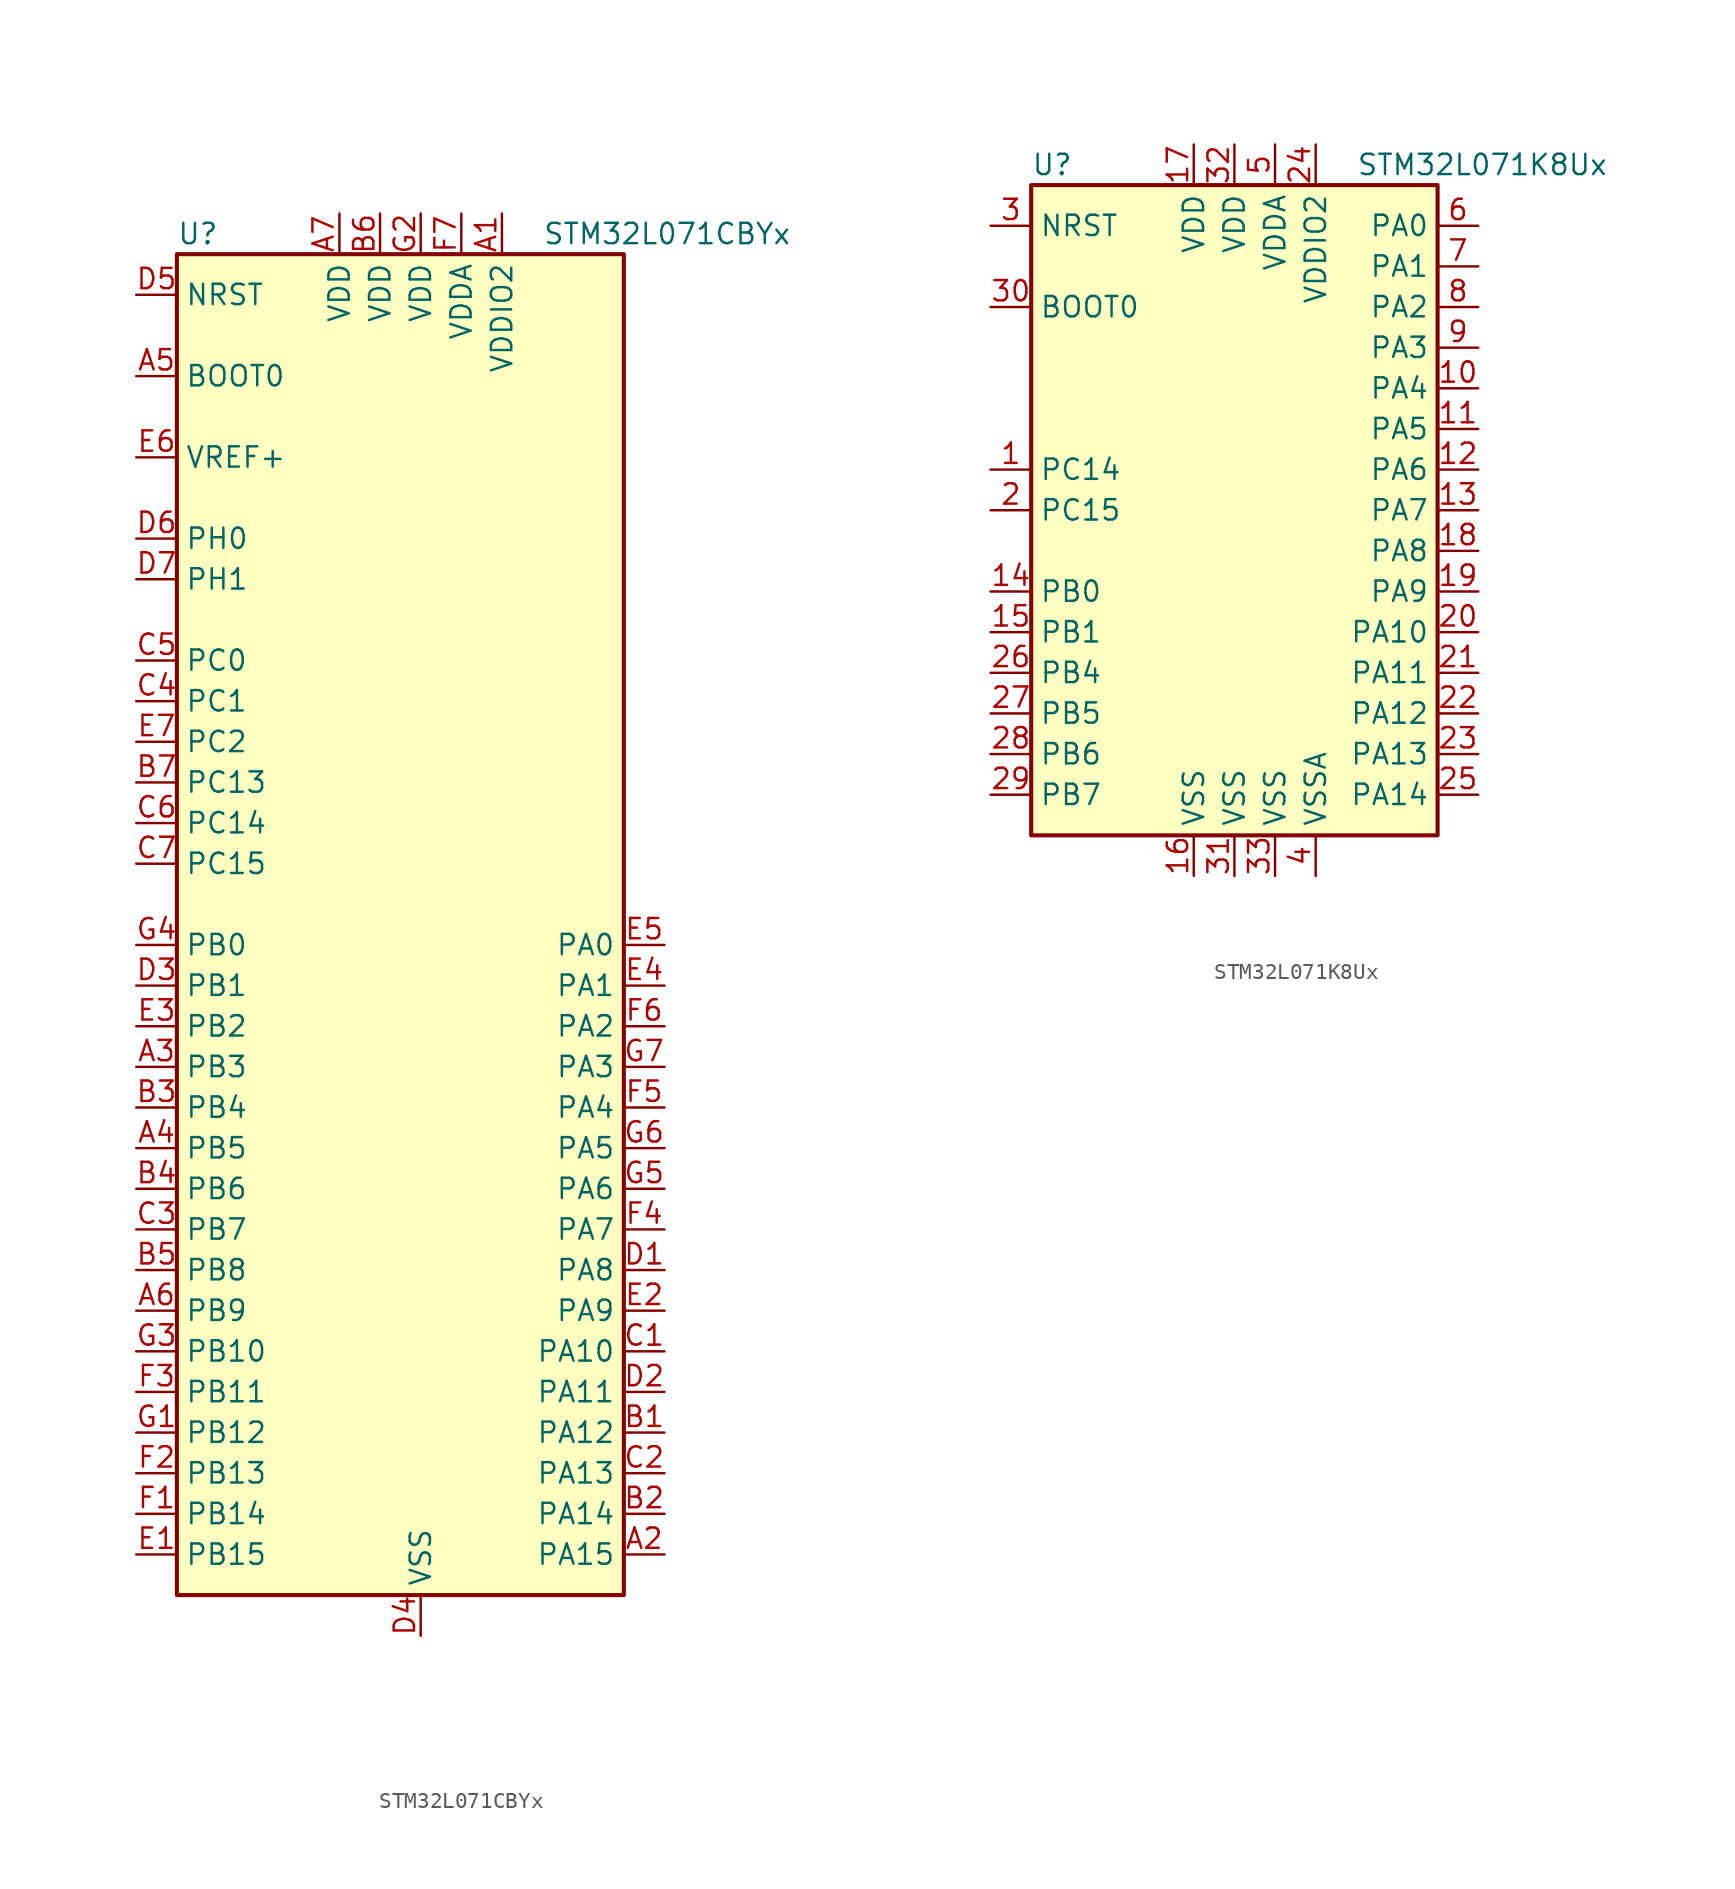
<source format=kicad_sym>
(kicad_symbol_lib
  (version 20201005)
  (generator kicad_symbol_editor)
  (symbol "STM32L071CBYx"
    (property "Reference" "U"
      (at -15.24 41.91 0)
      (effects (font (size 1.27 1.27)) (justify left)))
    (property "Value" "STM32L071CBYx"
      (at 7.62 41.91 0)
      (effects (font (size 1.27 1.27)) (justify left)))
    (symbol "STM32L071CBYx_0_1"
      (rectangle (start -15.24 -43.18) (end 12.7 40.64) (stroke (width 0.254)) (fill (type background))))
    (symbol "STM32L071CBYx_1_1"
      (pin input line (at -17.78 33.02 0) (length 2.54) (name "BOOT0" (effects (font (size 1.27 1.27)))) (number "A5" (effects (font (size 1.27 1.27)))))
      (pin input line (at -17.78 38.1 0) (length 2.54) (name "NRST" (effects (font (size 1.27 1.27)))) (number "D5" (effects (font (size 1.27 1.27)))))
      (pin bidirectional line (at 15.24 -2.54 180) (length 2.54) (name "PA0" (effects (font (size 1.27 1.27)))) (number "E5" (effects (font (size 1.27 1.27)))))
      (pin bidirectional line (at 15.24 -5.08 180) (length 2.54) (name "PA1" (effects (font (size 1.27 1.27)))) (number "E4" (effects (font (size 1.27 1.27)))))
      (pin bidirectional line (at 15.24 -27.94 180) (length 2.54) (name "PA10" (effects (font (size 1.27 1.27)))) (number "C1" (effects (font (size 1.27 1.27)))))
      (pin bidirectional line (at 15.24 -30.48 180) (length 2.54) (name "PA11" (effects (font (size 1.27 1.27)))) (number "D2" (effects (font (size 1.27 1.27)))))
      (pin bidirectional line (at 15.24 -33.02 180) (length 2.54) (name "PA12" (effects (font (size 1.27 1.27)))) (number "B1" (effects (font (size 1.27 1.27)))))
      (pin bidirectional line (at 15.24 -35.56 180) (length 2.54) (name "PA13" (effects (font (size 1.27 1.27)))) (number "C2" (effects (font (size 1.27 1.27)))))
      (pin bidirectional line (at 15.24 -38.1 180) (length 2.54) (name "PA14" (effects (font (size 1.27 1.27)))) (number "B2" (effects (font (size 1.27 1.27)))))
      (pin bidirectional line (at 15.24 -40.64 180) (length 2.54) (name "PA15" (effects (font (size 1.27 1.27)))) (number "A2" (effects (font (size 1.27 1.27)))))
      (pin bidirectional line (at 15.24 -7.62 180) (length 2.54) (name "PA2" (effects (font (size 1.27 1.27)))) (number "F6" (effects (font (size 1.27 1.27)))))
      (pin bidirectional line (at 15.24 -10.16 180) (length 2.54) (name "PA3" (effects (font (size 1.27 1.27)))) (number "G7" (effects (font (size 1.27 1.27)))))
      (pin bidirectional line (at 15.24 -12.7 180) (length 2.54) (name "PA4" (effects (font (size 1.27 1.27)))) (number "F5" (effects (font (size 1.27 1.27)))))
      (pin bidirectional line (at 15.24 -15.24 180) (length 2.54) (name "PA5" (effects (font (size 1.27 1.27)))) (number "G6" (effects (font (size 1.27 1.27)))))
      (pin bidirectional line (at 15.24 -17.78 180) (length 2.54) (name "PA6" (effects (font (size 1.27 1.27)))) (number "G5" (effects (font (size 1.27 1.27)))))
      (pin bidirectional line (at 15.24 -20.32 180) (length 2.54) (name "PA7" (effects (font (size 1.27 1.27)))) (number "F4" (effects (font (size 1.27 1.27)))))
      (pin bidirectional line (at 15.24 -22.86 180) (length 2.54) (name "PA8" (effects (font (size 1.27 1.27)))) (number "D1" (effects (font (size 1.27 1.27)))))
      (pin bidirectional line (at 15.24 -25.4 180) (length 2.54) (name "PA9" (effects (font (size 1.27 1.27)))) (number "E2" (effects (font (size 1.27 1.27)))))
      (pin bidirectional line (at -17.78 -2.54 0) (length 2.54) (name "PB0" (effects (font (size 1.27 1.27)))) (number "G4" (effects (font (size 1.27 1.27)))))
      (pin bidirectional line (at -17.78 -5.08 0) (length 2.54) (name "PB1" (effects (font (size 1.27 1.27)))) (number "D3" (effects (font (size 1.27 1.27)))))
      (pin bidirectional line (at -17.78 -27.94 0) (length 2.54) (name "PB10" (effects (font (size 1.27 1.27)))) (number "G3" (effects (font (size 1.27 1.27)))))
      (pin bidirectional line (at -17.78 -30.48 0) (length 2.54) (name "PB11" (effects (font (size 1.27 1.27)))) (number "F3" (effects (font (size 1.27 1.27)))))
      (pin bidirectional line (at -17.78 -33.02 0) (length 2.54) (name "PB12" (effects (font (size 1.27 1.27)))) (number "G1" (effects (font (size 1.27 1.27)))))
      (pin bidirectional line (at -17.78 -35.56 0) (length 2.54) (name "PB13" (effects (font (size 1.27 1.27)))) (number "F2" (effects (font (size 1.27 1.27)))))
      (pin bidirectional line (at -17.78 -38.1 0) (length 2.54) (name "PB14" (effects (font (size 1.27 1.27)))) (number "F1" (effects (font (size 1.27 1.27)))))
      (pin bidirectional line (at -17.78 -40.64 0) (length 2.54) (name "PB15" (effects (font (size 1.27 1.27)))) (number "E1" (effects (font (size 1.27 1.27)))))
      (pin bidirectional line (at -17.78 -7.62 0) (length 2.54) (name "PB2" (effects (font (size 1.27 1.27)))) (number "E3" (effects (font (size 1.27 1.27)))))
      (pin bidirectional line (at -17.78 -10.16 0) (length 2.54) (name "PB3" (effects (font (size 1.27 1.27)))) (number "A3" (effects (font (size 1.27 1.27)))))
      (pin bidirectional line (at -17.78 -12.7 0) (length 2.54) (name "PB4" (effects (font (size 1.27 1.27)))) (number "B3" (effects (font (size 1.27 1.27)))))
      (pin bidirectional line (at -17.78 -15.24 0) (length 2.54) (name "PB5" (effects (font (size 1.27 1.27)))) (number "A4" (effects (font (size 1.27 1.27)))))
      (pin bidirectional line (at -17.78 -17.78 0) (length 2.54) (name "PB6" (effects (font (size 1.27 1.27)))) (number "B4" (effects (font (size 1.27 1.27)))))
      (pin bidirectional line (at -17.78 -20.32 0) (length 2.54) (name "PB7" (effects (font (size 1.27 1.27)))) (number "C3" (effects (font (size 1.27 1.27)))))
      (pin bidirectional line (at -17.78 -22.86 0) (length 2.54) (name "PB8" (effects (font (size 1.27 1.27)))) (number "B5" (effects (font (size 1.27 1.27)))))
      (pin bidirectional line (at -17.78 -25.4 0) (length 2.54) (name "PB9" (effects (font (size 1.27 1.27)))) (number "A6" (effects (font (size 1.27 1.27)))))
      (pin bidirectional line (at -17.78 15.24 0) (length 2.54) (name "PC0" (effects (font (size 1.27 1.27)))) (number "C5" (effects (font (size 1.27 1.27)))))
      (pin bidirectional line (at -17.78 12.7 0) (length 2.54) (name "PC1" (effects (font (size 1.27 1.27)))) (number "C4" (effects (font (size 1.27 1.27)))))
      (pin bidirectional line (at -17.78 7.62 0) (length 2.54) (name "PC13" (effects (font (size 1.27 1.27)))) (number "B7" (effects (font (size 1.27 1.27)))))
      (pin bidirectional line (at -17.78 5.08 0) (length 2.54) (name "PC14" (effects (font (size 1.27 1.27)))) (number "C6" (effects (font (size 1.27 1.27)))))
      (pin bidirectional line (at -17.78 2.54 0) (length 2.54) (name "PC15" (effects (font (size 1.27 1.27)))) (number "C7" (effects (font (size 1.27 1.27)))))
      (pin bidirectional line (at -17.78 10.16 0) (length 2.54) (name "PC2" (effects (font (size 1.27 1.27)))) (number "E7" (effects (font (size 1.27 1.27)))))
      (pin input line (at -17.78 22.86 0) (length 2.54) (name "PH0" (effects (font (size 1.27 1.27)))) (number "D6" (effects (font (size 1.27 1.27)))))
      (pin input line (at -17.78 20.32 0) (length 2.54) (name "PH1" (effects (font (size 1.27 1.27)))) (number "D7" (effects (font (size 1.27 1.27)))))
      (pin power_in line (at -5.08 43.18 270) (length 2.54) (name "VDD" (effects (font (size 1.27 1.27)))) (number "A7" (effects (font (size 1.27 1.27)))))
      (pin power_in line (at -2.54 43.18 270) (length 2.54) (name "VDD" (effects (font (size 1.27 1.27)))) (number "B6" (effects (font (size 1.27 1.27)))))
      (pin power_in line (at 0 43.18 270) (length 2.54) (name "VDD" (effects (font (size 1.27 1.27)))) (number "G2" (effects (font (size 1.27 1.27)))))
      (pin power_in line (at 2.54 43.18 270) (length 2.54) (name "VDDA" (effects (font (size 1.27 1.27)))) (number "F7" (effects (font (size 1.27 1.27)))))
      (pin power_in line (at 5.08 43.18 270) (length 2.54) (name "VDDIO2" (effects (font (size 1.27 1.27)))) (number "A1" (effects (font (size 1.27 1.27)))))
      (pin power_in line (at -17.78 27.94 0) (length 2.54) (name "VREF+" (effects (font (size 1.27 1.27)))) (number "E6" (effects (font (size 1.27 1.27)))))
      (pin power_in line (at 0 -45.72 90) (length 2.54) (name "VSS" (effects (font (size 1.27 1.27)))) (number "D4" (effects (font (size 1.27 1.27)))))))
  (symbol "STM32L071K8Ux"
    (property "Reference" "U"
      (at -12.7 21.59 0)
      (effects (font (size 1.27 1.27)) (justify left)))
    (property "Value" "STM32L071K8Ux"
      (at 7.62 21.59 0)
      (effects (font (size 1.27 1.27)) (justify left)))
    (symbol "STM32L071K8Ux_0_1"
      (rectangle (start -12.7 -20.32) (end 12.7 20.32) (stroke (width 0.254)) (fill (type background))))
    (symbol "STM32L071K8Ux_1_1"
      (pin input line (at -15.24 12.7 0) (length 2.54) (name "BOOT0" (effects (font (size 1.27 1.27)))) (number "30" (effects (font (size 1.27 1.27)))))
      (pin input line (at -15.24 17.78 0) (length 2.54) (name "NRST" (effects (font (size 1.27 1.27)))) (number "3" (effects (font (size 1.27 1.27)))))
      (pin bidirectional line (at 15.24 17.78 180) (length 2.54) (name "PA0" (effects (font (size 1.27 1.27)))) (number "6" (effects (font (size 1.27 1.27)))))
      (pin bidirectional line (at 15.24 15.24 180) (length 2.54) (name "PA1" (effects (font (size 1.27 1.27)))) (number "7" (effects (font (size 1.27 1.27)))))
      (pin bidirectional line (at 15.24 -7.62 180) (length 2.54) (name "PA10" (effects (font (size 1.27 1.27)))) (number "20" (effects (font (size 1.27 1.27)))))
      (pin bidirectional line (at 15.24 -10.16 180) (length 2.54) (name "PA11" (effects (font (size 1.27 1.27)))) (number "21" (effects (font (size 1.27 1.27)))))
      (pin bidirectional line (at 15.24 -12.7 180) (length 2.54) (name "PA12" (effects (font (size 1.27 1.27)))) (number "22" (effects (font (size 1.27 1.27)))))
      (pin bidirectional line (at 15.24 -15.24 180) (length 2.54) (name "PA13" (effects (font (size 1.27 1.27)))) (number "23" (effects (font (size 1.27 1.27)))))
      (pin bidirectional line (at 15.24 -17.78 180) (length 2.54) (name "PA14" (effects (font (size 1.27 1.27)))) (number "25" (effects (font (size 1.27 1.27)))))
      (pin bidirectional line (at 15.24 12.7 180) (length 2.54) (name "PA2" (effects (font (size 1.27 1.27)))) (number "8" (effects (font (size 1.27 1.27)))))
      (pin bidirectional line (at 15.24 10.16 180) (length 2.54) (name "PA3" (effects (font (size 1.27 1.27)))) (number "9" (effects (font (size 1.27 1.27)))))
      (pin bidirectional line (at 15.24 7.62 180) (length 2.54) (name "PA4" (effects (font (size 1.27 1.27)))) (number "10" (effects (font (size 1.27 1.27)))))
      (pin bidirectional line (at 15.24 5.08 180) (length 2.54) (name "PA5" (effects (font (size 1.27 1.27)))) (number "11" (effects (font (size 1.27 1.27)))))
      (pin bidirectional line (at 15.24 2.54 180) (length 2.54) (name "PA6" (effects (font (size 1.27 1.27)))) (number "12" (effects (font (size 1.27 1.27)))))
      (pin bidirectional line (at 15.24 0 180) (length 2.54) (name "PA7" (effects (font (size 1.27 1.27)))) (number "13" (effects (font (size 1.27 1.27)))))
      (pin bidirectional line (at 15.24 -2.54 180) (length 2.54) (name "PA8" (effects (font (size 1.27 1.27)))) (number "18" (effects (font (size 1.27 1.27)))))
      (pin bidirectional line (at 15.24 -5.08 180) (length 2.54) (name "PA9" (effects (font (size 1.27 1.27)))) (number "19" (effects (font (size 1.27 1.27)))))
      (pin bidirectional line (at -15.24 -5.08 0) (length 2.54) (name "PB0" (effects (font (size 1.27 1.27)))) (number "14" (effects (font (size 1.27 1.27)))))
      (pin bidirectional line (at -15.24 -7.62 0) (length 2.54) (name "PB1" (effects (font (size 1.27 1.27)))) (number "15" (effects (font (size 1.27 1.27)))))
      (pin bidirectional line (at -15.24 -10.16 0) (length 2.54) (name "PB4" (effects (font (size 1.27 1.27)))) (number "26" (effects (font (size 1.27 1.27)))))
      (pin bidirectional line (at -15.24 -12.7 0) (length 2.54) (name "PB5" (effects (font (size 1.27 1.27)))) (number "27" (effects (font (size 1.27 1.27)))))
      (pin bidirectional line (at -15.24 -15.24 0) (length 2.54) (name "PB6" (effects (font (size 1.27 1.27)))) (number "28" (effects (font (size 1.27 1.27)))))
      (pin bidirectional line (at -15.24 -17.78 0) (length 2.54) (name "PB7" (effects (font (size 1.27 1.27)))) (number "29" (effects (font (size 1.27 1.27)))))
      (pin bidirectional line (at -15.24 2.54 0) (length 2.54) (name "PC14" (effects (font (size 1.27 1.27)))) (number "1" (effects (font (size 1.27 1.27)))))
      (pin bidirectional line (at -15.24 0 0) (length 2.54) (name "PC15" (effects (font (size 1.27 1.27)))) (number "2" (effects (font (size 1.27 1.27)))))
      (pin power_in line (at -2.54 22.86 270) (length 2.54) (name "VDD" (effects (font (size 1.27 1.27)))) (number "17" (effects (font (size 1.27 1.27)))))
      (pin power_in line (at 0 22.86 270) (length 2.54) (name "VDD" (effects (font (size 1.27 1.27)))) (number "32" (effects (font (size 1.27 1.27)))))
      (pin power_in line (at 2.54 22.86 270) (length 2.54) (name "VDDA" (effects (font (size 1.27 1.27)))) (number "5" (effects (font (size 1.27 1.27)))))
      (pin power_in line (at 5.08 22.86 270) (length 2.54) (name "VDDIO2" (effects (font (size 1.27 1.27)))) (number "24" (effects (font (size 1.27 1.27)))))
      (pin power_in line (at -2.54 -22.86 90) (length 2.54) (name "VSS" (effects (font (size 1.27 1.27)))) (number "16" (effects (font (size 1.27 1.27)))))
      (pin power_in line (at 0 -22.86 90) (length 2.54) (name "VSS" (effects (font (size 1.27 1.27)))) (number "31" (effects (font (size 1.27 1.27)))))
      (pin power_in line (at 2.54 -22.86 90) (length 2.54) (name "VSS" (effects (font (size 1.27 1.27)))) (number "33" (effects (font (size 1.27 1.27)))))
      (pin power_in line (at 5.08 -22.86 90) (length 2.54) (name "VSSA" (effects (font (size 1.27 1.27)))) (number "4" (effects (font (size 1.27 1.27))))))))
</source>
